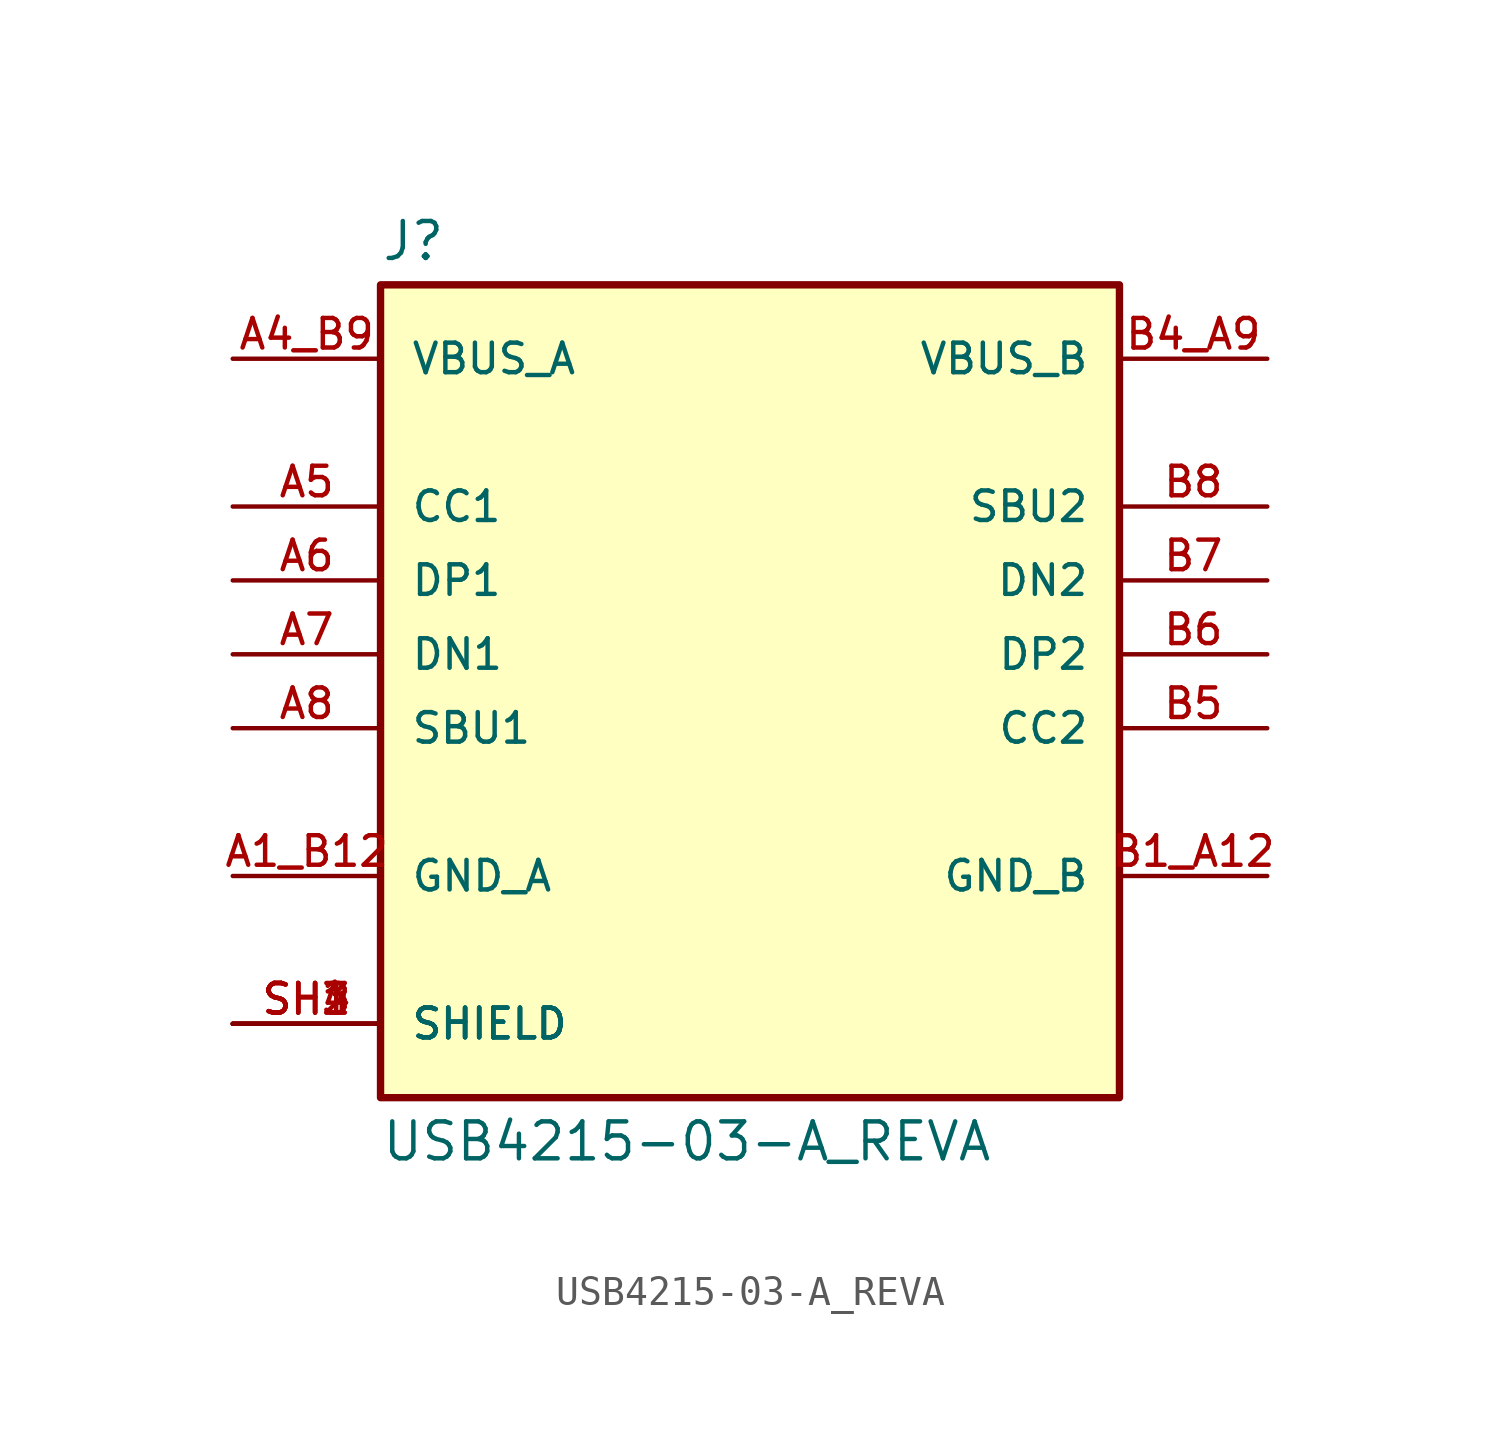
<source format=kicad_sym>
(kicad_symbol_lib
  (version 20211014)
  (generator kicad_symbol_editor)
  (symbol "USB4215-03-A_REVA"
    (pin_names
      (offset 1.016))
    (property "Reference" "J"
      (at -12.7 13.462 0)
      (effects (font (size 1.27 1.27)) (justify bottom left)))
    (property "Value" "USB4215-03-A_REVA"
      (at -12.7 -16.002 0.0)
      (effects (font (size 1.27 1.27)) (justify top left)))
    (symbol "USB4215-03-A_REVA_0_0"
      (rectangle (start -12.7 -15.24) (end 12.7 12.7) (stroke (width 0.254)) (fill (type background)))
      (pin power_in line (at -17.78 -7.62 0) (length 5.08) (name "GND_A" (effects (font (size 1.016 1.016)))) (number "A1_B12" (effects (font (size 1.016 1.016)))))
      (pin power_in line (at -17.78 10.16 0) (length 5.08) (name "VBUS_A" (effects (font (size 1.016 1.016)))) (number "A4_B9" (effects (font (size 1.016 1.016)))))
      (pin bidirectional line (at -17.78 2.54 0) (length 5.08) (name "DP1" (effects (font (size 1.016 1.016)))) (number "A6" (effects (font (size 1.016 1.016)))))
      (pin bidirectional line (at -17.78 5.08 0) (length 5.08) (name "CC1" (effects (font (size 1.016 1.016)))) (number "A5" (effects (font (size 1.016 1.016)))))
      (pin bidirectional line (at -17.78 -2.54 0) (length 5.08) (name "SBU1" (effects (font (size 1.016 1.016)))) (number "A8" (effects (font (size 1.016 1.016)))))
      (pin bidirectional line (at -17.78 0.0 0) (length 5.08) (name "DN1" (effects (font (size 1.016 1.016)))) (number "A7" (effects (font (size 1.016 1.016)))))
      (pin passive line (at -17.78 -12.7 0) (length 5.08) (name "SHIELD" (effects (font (size 1.016 1.016)))) (number "SH1" (effects (font (size 1.016 1.016)))))
      (pin passive line (at -17.78 -12.7 0) (length 5.08) (name "SHIELD" (effects (font (size 1.016 1.016)))) (number "SH2" (effects (font (size 1.016 1.016)))))
      (pin passive line (at -17.78 -12.7 0) (length 5.08) (name "SHIELD" (effects (font (size 1.016 1.016)))) (number "SH3" (effects (font (size 1.016 1.016)))))
      (pin passive line (at -17.78 -12.7 0) (length 5.08) (name "SHIELD" (effects (font (size 1.016 1.016)))) (number "SH4" (effects (font (size 1.016 1.016)))))
      (pin power_in line (at 17.78 -7.62 180.0) (length 5.08) (name "GND_B" (effects (font (size 1.016 1.016)))) (number "B1_A12" (effects (font (size 1.016 1.016)))))
      (pin power_in line (at 17.78 10.16 180.0) (length 5.08) (name "VBUS_B" (effects (font (size 1.016 1.016)))) (number "B4_A9" (effects (font (size 1.016 1.016)))))
      (pin bidirectional line (at 17.78 0.0 180.0) (length 5.08) (name "DP2" (effects (font (size 1.016 1.016)))) (number "B6" (effects (font (size 1.016 1.016)))))
      (pin bidirectional line (at 17.78 -2.54 180.0) (length 5.08) (name "CC2" (effects (font (size 1.016 1.016)))) (number "B5" (effects (font (size 1.016 1.016)))))
      (pin bidirectional line (at 17.78 5.08 180.0) (length 5.08) (name "SBU2" (effects (font (size 1.016 1.016)))) (number "B8" (effects (font (size 1.016 1.016)))))
      (pin bidirectional line (at 17.78 2.54 180.0) (length 5.08) (name "DN2" (effects (font (size 1.016 1.016)))) (number "B7" (effects (font (size 1.016 1.016))))))))
</source>
